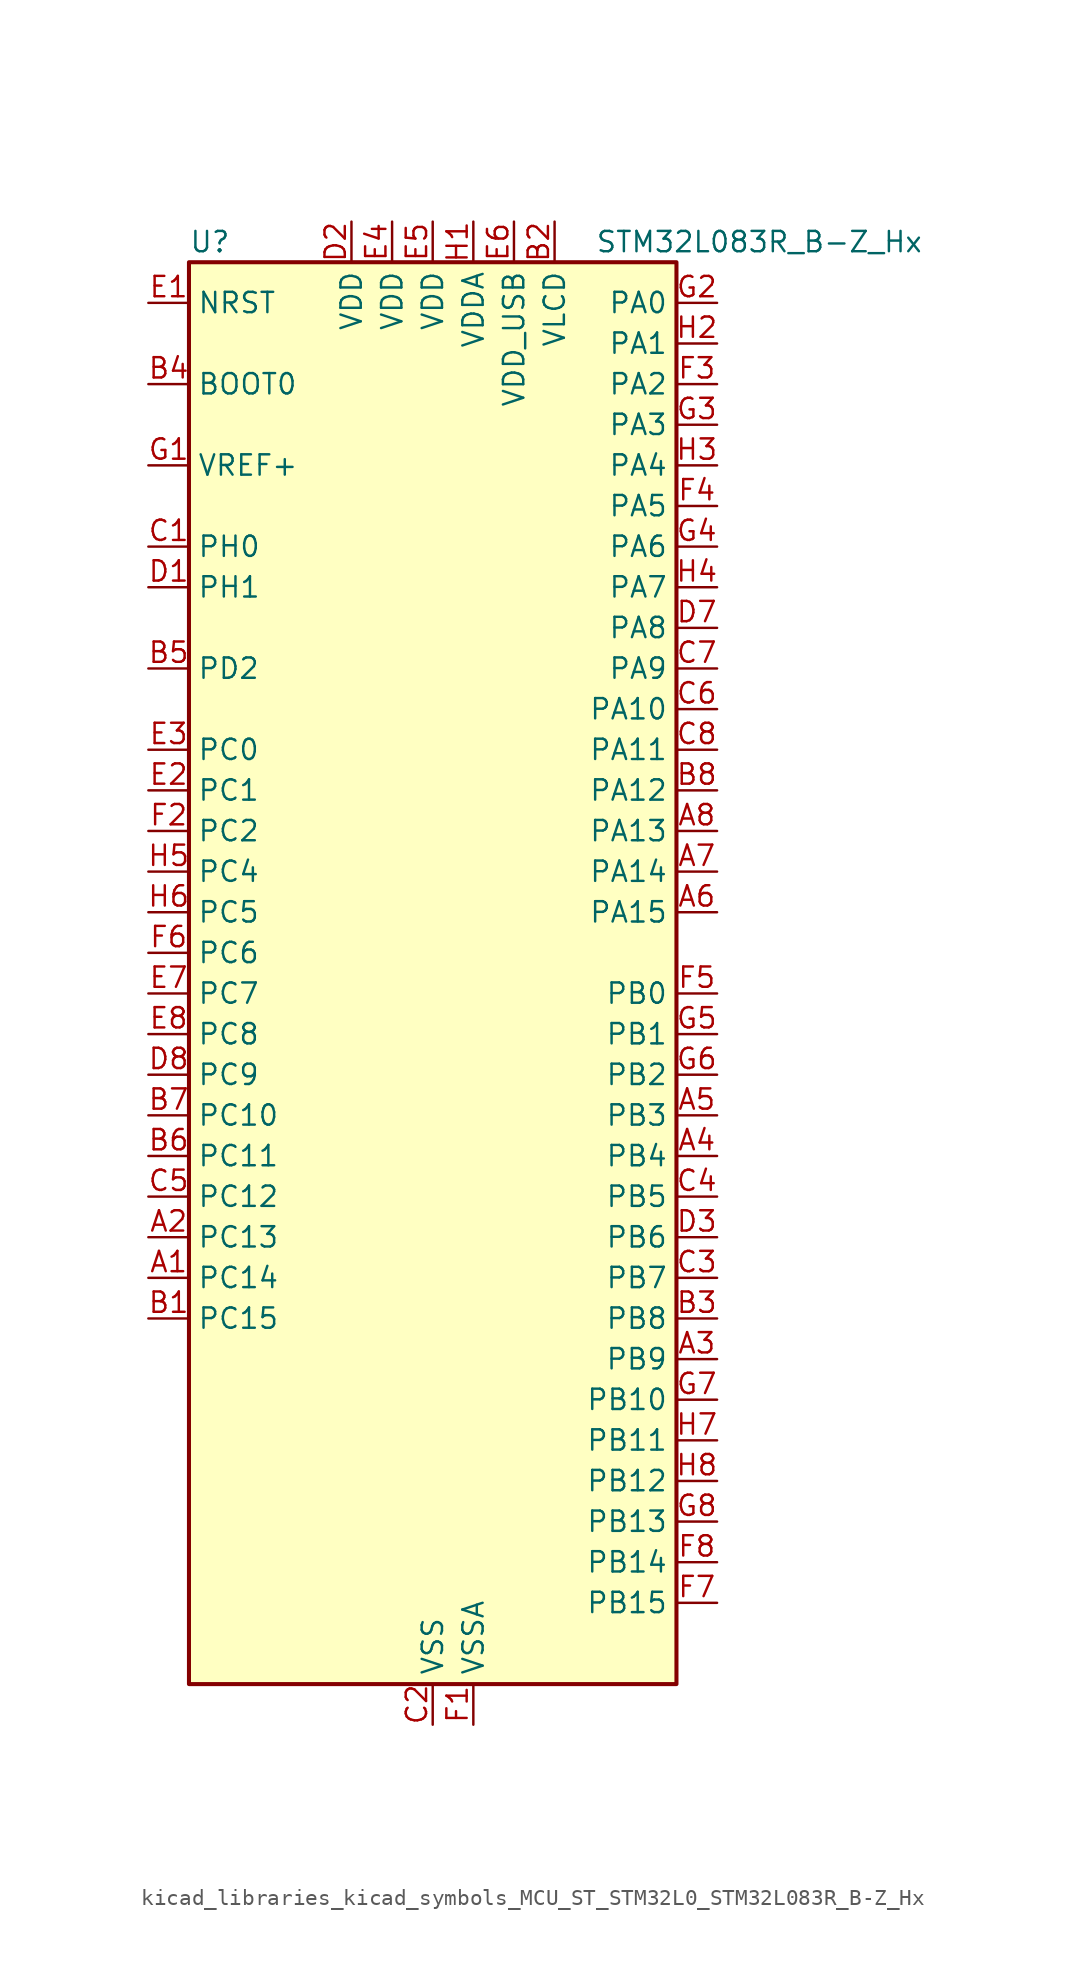
<source format=kicad_sym>
(kicad_symbol_lib
  (version 20220914)
  (generator kicad_symbol_editor)
  (symbol "kicad_libraries_kicad_symbols_MCU_ST_STM32L0_STM32L083R_B-Z_Hx"
    (property "Reference" "U"
      (at -15.24 46.99 0)
      (effects (font (size 1.27 1.27)) (justify left)))
    (property "Value" "STM32L083R_B-Z_Hx"
      (at 10.16 46.99 0)
      (effects (font (size 1.27 1.27)) (justify left)))
    (property "ki_locked" ""
      (at 0 0 0)
      (effects (font (size 1.27 1.27))))
    (symbol "kicad_libraries_kicad_symbols_MCU_ST_STM32L0_STM32L083R_B-Z_Hx_0_1"
      (rectangle (start -15.24 -43.18) (end 15.24 45.72) (stroke (width 0.254) (type default)) (fill (type background))))
    (symbol "kicad_libraries_kicad_symbols_MCU_ST_STM32L0_STM32L083R_B-Z_Hx_1_1"
      (pin bidirectional line (at -17.78 -17.78 0) (length 2.54) (name "PC14" (effects (font (size 1.27 1.27)))) (number "A1" (effects (font (size 1.27 1.27)))) (alternate "RCC_OSC32_IN" bidirectional line))
      (pin bidirectional line (at -17.78 -15.24 0) (length 2.54) (name "PC13" (effects (font (size 1.27 1.27)))) (number "A2" (effects (font (size 1.27 1.27)))) (alternate "RTC_OUT_ALARM" bidirectional line) (alternate "RTC_OUT_CALIB" bidirectional line) (alternate "RTC_TAMP1" bidirectional line) (alternate "RTC_TS" bidirectional line) (alternate "SYS_WKUP2" bidirectional line))
      (pin bidirectional line (at 17.78 -22.86 180) (length 2.54) (name "PB9" (effects (font (size 1.27 1.27)))) (number "A3" (effects (font (size 1.27 1.27)))) (alternate "DAC_EXTI9" bidirectional line) (alternate "I2C1_SDA" bidirectional line) (alternate "I2S2_WS" bidirectional line) (alternate "LCD_COM3" bidirectional line) (alternate "SPI2_NSS" bidirectional line))
      (pin bidirectional line (at 17.78 -10.16 180) (length 2.54) (name "PB4" (effects (font (size 1.27 1.27)))) (number "A4" (effects (font (size 1.27 1.27)))) (alternate "COMP2_INP" bidirectional line) (alternate "I2C3_SDA" bidirectional line) (alternate "LCD_SEG8" bidirectional line) (alternate "SPI1_MISO" bidirectional line) (alternate "TIM22_CH1" bidirectional line) (alternate "TIM3_CH1" bidirectional line) (alternate "TSC_G5_IO2" bidirectional line) (alternate "USART1_CTS" bidirectional line) (alternate "USART5_RX" bidirectional line))
      (pin bidirectional line (at 17.78 -7.62 180) (length 2.54) (name "PB3" (effects (font (size 1.27 1.27)))) (number "A5" (effects (font (size 1.27 1.27)))) (alternate "COMP2_INM" bidirectional line) (alternate "LCD_SEG7" bidirectional line) (alternate "SPI1_SCK" bidirectional line) (alternate "TIM2_CH2" bidirectional line) (alternate "TSC_G5_IO1" bidirectional line) (alternate "USART1_DE" bidirectional line) (alternate "USART1_RTS" bidirectional line) (alternate "USART5_TX" bidirectional line))
      (pin bidirectional line (at 17.78 5.08 180) (length 2.54) (name "PA15" (effects (font (size 1.27 1.27)))) (number "A6" (effects (font (size 1.27 1.27)))) (alternate "LCD_SEG17" bidirectional line) (alternate "SPI1_NSS" bidirectional line) (alternate "TIM2_CH1" bidirectional line) (alternate "TIM2_ETR" bidirectional line) (alternate "USART2_RX" bidirectional line) (alternate "USART4_DE" bidirectional line) (alternate "USART4_RTS" bidirectional line))
      (pin bidirectional line (at 17.78 7.62 180) (length 2.54) (name "PA14" (effects (font (size 1.27 1.27)))) (number "A7" (effects (font (size 1.27 1.27)))) (alternate "LPUART1_TX" bidirectional line) (alternate "SYS_SWCLK" bidirectional line) (alternate "USART2_TX" bidirectional line))
      (pin bidirectional line (at 17.78 10.16 180) (length 2.54) (name "PA13" (effects (font (size 1.27 1.27)))) (number "A8" (effects (font (size 1.27 1.27)))) (alternate "LPUART1_RX" bidirectional line) (alternate "SYS_SWDIO" bidirectional line) (alternate "USB_NOE" bidirectional line))
      (pin bidirectional line (at -17.78 -20.32 0) (length 2.54) (name "PC15" (effects (font (size 1.27 1.27)))) (number "B1" (effects (font (size 1.27 1.27)))) (alternate "RCC_OSC32_OUT" bidirectional line))
      (pin power_in line (at 7.62 48.26 270) (length 2.54) (name "VLCD" (effects (font (size 1.27 1.27)))) (number "B2" (effects (font (size 1.27 1.27)))))
      (pin bidirectional line (at 17.78 -20.32 180) (length 2.54) (name "PB8" (effects (font (size 1.27 1.27)))) (number "B3" (effects (font (size 1.27 1.27)))) (alternate "I2C1_SCL" bidirectional line) (alternate "LCD_SEG16" bidirectional line) (alternate "TSC_SYNC" bidirectional line))
      (pin input line (at -17.78 38.1 0) (length 2.54) (name "BOOT0" (effects (font (size 1.27 1.27)))) (number "B4" (effects (font (size 1.27 1.27)))))
      (pin bidirectional line (at -17.78 20.32 0) (length 2.54) (name "PD2" (effects (font (size 1.27 1.27)))) (number "B5" (effects (font (size 1.27 1.27)))) (alternate "LCD_COM7" bidirectional line) (alternate "LCD_SEG31" bidirectional line) (alternate "LPUART1_DE" bidirectional line) (alternate "LPUART1_RTS" bidirectional line) (alternate "TIM3_ETR" bidirectional line) (alternate "USART5_RX" bidirectional line))
      (pin bidirectional line (at -17.78 -10.16 0) (length 2.54) (name "PC11" (effects (font (size 1.27 1.27)))) (number "B6" (effects (font (size 1.27 1.27)))) (alternate "ADC_EXTI11" bidirectional line) (alternate "LCD_COM5" bidirectional line) (alternate "LCD_SEG29" bidirectional line) (alternate "LPUART1_RX" bidirectional line) (alternate "USART4_RX" bidirectional line))
      (pin bidirectional line (at -17.78 -7.62 0) (length 2.54) (name "PC10" (effects (font (size 1.27 1.27)))) (number "B7" (effects (font (size 1.27 1.27)))) (alternate "LCD_COM4" bidirectional line) (alternate "LCD_SEG28" bidirectional line) (alternate "LPUART1_TX" bidirectional line) (alternate "USART4_TX" bidirectional line))
      (pin bidirectional line (at 17.78 12.7 180) (length 2.54) (name "PA12" (effects (font (size 1.27 1.27)))) (number "B8" (effects (font (size 1.27 1.27)))) (alternate "COMP2_OUT" bidirectional line) (alternate "SPI1_MOSI" bidirectional line) (alternate "TSC_G4_IO4" bidirectional line) (alternate "USART1_DE" bidirectional line) (alternate "USART1_RTS" bidirectional line) (alternate "USB_DP" bidirectional line))
      (pin bidirectional line (at -17.78 27.94 0) (length 2.54) (name "PH0" (effects (font (size 1.27 1.27)))) (number "C1" (effects (font (size 1.27 1.27)))) (alternate "CRS_SYNC" bidirectional line) (alternate "RCC_OSC_IN" bidirectional line))
      (pin power_in line (at 0 -45.72 90) (length 2.54) (name "VSS" (effects (font (size 1.27 1.27)))) (number "C2" (effects (font (size 1.27 1.27)))))
      (pin bidirectional line (at 17.78 -17.78 180) (length 2.54) (name "PB7" (effects (font (size 1.27 1.27)))) (number "C3" (effects (font (size 1.27 1.27)))) (alternate "COMP2_INP" bidirectional line) (alternate "I2C1_SDA" bidirectional line) (alternate "LPTIM1_IN2" bidirectional line) (alternate "SYS_PVD_IN" bidirectional line) (alternate "TSC_G5_IO4" bidirectional line) (alternate "USART1_RX" bidirectional line) (alternate "USART4_CTS" bidirectional line))
      (pin bidirectional line (at 17.78 -12.7 180) (length 2.54) (name "PB5" (effects (font (size 1.27 1.27)))) (number "C4" (effects (font (size 1.27 1.27)))) (alternate "COMP2_INP" bidirectional line) (alternate "I2C1_SMBA" bidirectional line) (alternate "LCD_SEG9" bidirectional line) (alternate "LPTIM1_IN1" bidirectional line) (alternate "SPI1_MOSI" bidirectional line) (alternate "TIM22_CH2" bidirectional line) (alternate "TIM3_CH2" bidirectional line) (alternate "USART1_CK" bidirectional line) (alternate "USART5_CK" bidirectional line) (alternate "USART5_DE" bidirectional line) (alternate "USART5_RTS" bidirectional line))
      (pin bidirectional line (at -17.78 -12.7 0) (length 2.54) (name "PC12" (effects (font (size 1.27 1.27)))) (number "C5" (effects (font (size 1.27 1.27)))) (alternate "LCD_COM6" bidirectional line) (alternate "LCD_SEG30" bidirectional line) (alternate "USART4_CK" bidirectional line) (alternate "USART5_TX" bidirectional line))
      (pin bidirectional line (at 17.78 17.78 180) (length 2.54) (name "PA10" (effects (font (size 1.27 1.27)))) (number "C6" (effects (font (size 1.27 1.27)))) (alternate "I2C1_SDA" bidirectional line) (alternate "LCD_COM2" bidirectional line) (alternate "TSC_G4_IO2" bidirectional line) (alternate "USART1_RX" bidirectional line))
      (pin bidirectional line (at 17.78 20.32 180) (length 2.54) (name "PA9" (effects (font (size 1.27 1.27)))) (number "C7" (effects (font (size 1.27 1.27)))) (alternate "DAC_EXTI9" bidirectional line) (alternate "I2C1_SCL" bidirectional line) (alternate "I2C3_SMBA" bidirectional line) (alternate "LCD_COM1" bidirectional line) (alternate "RCC_MCO" bidirectional line) (alternate "TSC_G4_IO1" bidirectional line) (alternate "USART1_TX" bidirectional line))
      (pin bidirectional line (at 17.78 15.24 180) (length 2.54) (name "PA11" (effects (font (size 1.27 1.27)))) (number "C8" (effects (font (size 1.27 1.27)))) (alternate "ADC_EXTI11" bidirectional line) (alternate "COMP1_OUT" bidirectional line) (alternate "SPI1_MISO" bidirectional line) (alternate "TSC_G4_IO3" bidirectional line) (alternate "USART1_CTS" bidirectional line) (alternate "USB_DM" bidirectional line))
      (pin bidirectional line (at -17.78 25.4 0) (length 2.54) (name "PH1" (effects (font (size 1.27 1.27)))) (number "D1" (effects (font (size 1.27 1.27)))) (alternate "RCC_OSC_OUT" bidirectional line))
      (pin power_in line (at -5.08 48.26 270) (length 2.54) (name "VDD" (effects (font (size 1.27 1.27)))) (number "D2" (effects (font (size 1.27 1.27)))))
      (pin bidirectional line (at 17.78 -15.24 180) (length 2.54) (name "PB6" (effects (font (size 1.27 1.27)))) (number "D3" (effects (font (size 1.27 1.27)))) (alternate "COMP2_INP" bidirectional line) (alternate "I2C1_SCL" bidirectional line) (alternate "LPTIM1_ETR" bidirectional line) (alternate "TSC_G5_IO3" bidirectional line) (alternate "USART1_TX" bidirectional line))
      (pin passive line (at 0 -45.72 90) (length 2.54) hide (name "VSS" (effects (font (size 1.27 1.27)))) (number "D4" (effects (font (size 1.27 1.27)))))
      (pin passive line (at 0 -45.72 90) (length 2.54) hide (name "VSS" (effects (font (size 1.27 1.27)))) (number "D5" (effects (font (size 1.27 1.27)))))
      (pin passive line (at 0 -45.72 90) (length 2.54) hide (name "VSS" (effects (font (size 1.27 1.27)))) (number "D6" (effects (font (size 1.27 1.27)))))
      (pin bidirectional line (at 17.78 22.86 180) (length 2.54) (name "PA8" (effects (font (size 1.27 1.27)))) (number "D7" (effects (font (size 1.27 1.27)))) (alternate "CRS_SYNC" bidirectional line) (alternate "I2C3_SCL" bidirectional line) (alternate "LCD_COM0" bidirectional line) (alternate "RCC_MCO" bidirectional line) (alternate "USART1_CK" bidirectional line))
      (pin bidirectional line (at -17.78 -5.08 0) (length 2.54) (name "PC9" (effects (font (size 1.27 1.27)))) (number "D8" (effects (font (size 1.27 1.27)))) (alternate "DAC_EXTI9" bidirectional line) (alternate "I2C3_SDA" bidirectional line) (alternate "LCD_SEG27" bidirectional line) (alternate "TIM21_ETR" bidirectional line) (alternate "TIM3_CH4" bidirectional line) (alternate "TSC_G8_IO4" bidirectional line) (alternate "USB_NOE" bidirectional line))
      (pin input line (at -17.78 43.18 0) (length 2.54) (name "NRST" (effects (font (size 1.27 1.27)))) (number "E1" (effects (font (size 1.27 1.27)))))
      (pin bidirectional line (at -17.78 12.7 0) (length 2.54) (name "PC1" (effects (font (size 1.27 1.27)))) (number "E2" (effects (font (size 1.27 1.27)))) (alternate "ADC_IN11" bidirectional line) (alternate "I2C3_SDA" bidirectional line) (alternate "LCD_SEG19" bidirectional line) (alternate "LPTIM1_OUT" bidirectional line) (alternate "LPUART1_TX" bidirectional line) (alternate "TSC_G7_IO2" bidirectional line))
      (pin bidirectional line (at -17.78 15.24 0) (length 2.54) (name "PC0" (effects (font (size 1.27 1.27)))) (number "E3" (effects (font (size 1.27 1.27)))) (alternate "ADC_IN10" bidirectional line) (alternate "I2C3_SCL" bidirectional line) (alternate "LCD_SEG18" bidirectional line) (alternate "LPTIM1_IN1" bidirectional line) (alternate "LPUART1_RX" bidirectional line) (alternate "TSC_G7_IO1" bidirectional line))
      (pin power_in line (at -2.54 48.26 270) (length 2.54) (name "VDD" (effects (font (size 1.27 1.27)))) (number "E4" (effects (font (size 1.27 1.27)))))
      (pin power_in line (at 0 48.26 270) (length 2.54) (name "VDD" (effects (font (size 1.27 1.27)))) (number "E5" (effects (font (size 1.27 1.27)))))
      (pin power_in line (at 5.08 48.26 270) (length 2.54) (name "VDD_USB" (effects (font (size 1.27 1.27)))) (number "E6" (effects (font (size 1.27 1.27)))))
      (pin bidirectional line (at -17.78 0 0) (length 2.54) (name "PC7" (effects (font (size 1.27 1.27)))) (number "E7" (effects (font (size 1.27 1.27)))) (alternate "LCD_SEG25" bidirectional line) (alternate "TIM22_CH2" bidirectional line) (alternate "TIM3_CH2" bidirectional line) (alternate "TSC_G8_IO2" bidirectional line))
      (pin bidirectional line (at -17.78 -2.54 0) (length 2.54) (name "PC8" (effects (font (size 1.27 1.27)))) (number "E8" (effects (font (size 1.27 1.27)))) (alternate "LCD_SEG26" bidirectional line) (alternate "TIM22_ETR" bidirectional line) (alternate "TIM3_CH3" bidirectional line) (alternate "TSC_G8_IO3" bidirectional line))
      (pin power_in line (at 2.54 -45.72 90) (length 2.54) (name "VSSA" (effects (font (size 1.27 1.27)))) (number "F1" (effects (font (size 1.27 1.27)))))
      (pin bidirectional line (at -17.78 10.16 0) (length 2.54) (name "PC2" (effects (font (size 1.27 1.27)))) (number "F2" (effects (font (size 1.27 1.27)))) (alternate "ADC_IN12" bidirectional line) (alternate "I2S2_MCK" bidirectional line) (alternate "LCD_SEG20" bidirectional line) (alternate "LPTIM1_IN2" bidirectional line) (alternate "SPI2_MISO" bidirectional line) (alternate "TSC_G7_IO3" bidirectional line))
      (pin bidirectional line (at 17.78 38.1 180) (length 2.54) (name "PA2" (effects (font (size 1.27 1.27)))) (number "F3" (effects (font (size 1.27 1.27)))) (alternate "ADC_IN2" bidirectional line) (alternate "COMP2_INM" bidirectional line) (alternate "COMP2_OUT" bidirectional line) (alternate "LCD_SEG1" bidirectional line) (alternate "LPUART1_TX" bidirectional line) (alternate "TIM21_CH1" bidirectional line) (alternate "TIM2_CH3" bidirectional line) (alternate "TSC_G1_IO3" bidirectional line) (alternate "USART2_TX" bidirectional line))
      (pin bidirectional line (at 17.78 30.48 180) (length 2.54) (name "PA5" (effects (font (size 1.27 1.27)))) (number "F4" (effects (font (size 1.27 1.27)))) (alternate "ADC_IN5" bidirectional line) (alternate "COMP1_INM" bidirectional line) (alternate "COMP2_INM" bidirectional line) (alternate "DAC_OUT2" bidirectional line) (alternate "SPI1_SCK" bidirectional line) (alternate "TIM2_CH1" bidirectional line) (alternate "TIM2_ETR" bidirectional line) (alternate "TSC_G2_IO2" bidirectional line))
      (pin bidirectional line (at 17.78 0 180) (length 2.54) (name "PB0" (effects (font (size 1.27 1.27)))) (number "F5" (effects (font (size 1.27 1.27)))) (alternate "ADC_IN8" bidirectional line) (alternate "LCD_SEG5" bidirectional line) (alternate "LCD_VLCD3" bidirectional line) (alternate "SYS_VREF_OUT_PB0" bidirectional line) (alternate "TIM3_CH3" bidirectional line) (alternate "TSC_G3_IO2" bidirectional line))
      (pin bidirectional line (at -17.78 2.54 0) (length 2.54) (name "PC6" (effects (font (size 1.27 1.27)))) (number "F6" (effects (font (size 1.27 1.27)))) (alternate "LCD_SEG24" bidirectional line) (alternate "TIM22_CH1" bidirectional line) (alternate "TIM3_CH1" bidirectional line) (alternate "TSC_G8_IO1" bidirectional line))
      (pin bidirectional line (at 17.78 -38.1 180) (length 2.54) (name "PB15" (effects (font (size 1.27 1.27)))) (number "F7" (effects (font (size 1.27 1.27)))) (alternate "I2S2_SD" bidirectional line) (alternate "LCD_SEG15" bidirectional line) (alternate "RTC_REFIN" bidirectional line) (alternate "SPI2_MOSI" bidirectional line))
      (pin bidirectional line (at 17.78 -35.56 180) (length 2.54) (name "PB14" (effects (font (size 1.27 1.27)))) (number "F8" (effects (font (size 1.27 1.27)))) (alternate "I2C2_SDA" bidirectional line) (alternate "I2S2_MCK" bidirectional line) (alternate "LCD_SEG14" bidirectional line) (alternate "LPUART1_DE" bidirectional line) (alternate "LPUART1_RTS" bidirectional line) (alternate "RTC_OUT_ALARM" bidirectional line) (alternate "RTC_OUT_CALIB" bidirectional line) (alternate "SPI2_MISO" bidirectional line) (alternate "TIM21_CH2" bidirectional line) (alternate "TSC_G6_IO4" bidirectional line))
      (pin input line (at -17.78 33.02 0) (length 2.54) (name "VREF+" (effects (font (size 1.27 1.27)))) (number "G1" (effects (font (size 1.27 1.27)))))
      (pin bidirectional line (at 17.78 43.18 180) (length 2.54) (name "PA0" (effects (font (size 1.27 1.27)))) (number "G2" (effects (font (size 1.27 1.27)))) (alternate "ADC_IN0" bidirectional line) (alternate "COMP1_INM" bidirectional line) (alternate "COMP1_OUT" bidirectional line) (alternate "RTC_TAMP2" bidirectional line) (alternate "SYS_WKUP1" bidirectional line) (alternate "TIM2_CH1" bidirectional line) (alternate "TIM2_ETR" bidirectional line) (alternate "TSC_G1_IO1" bidirectional line) (alternate "USART2_CTS" bidirectional line) (alternate "USART4_TX" bidirectional line))
      (pin bidirectional line (at 17.78 35.56 180) (length 2.54) (name "PA3" (effects (font (size 1.27 1.27)))) (number "G3" (effects (font (size 1.27 1.27)))) (alternate "ADC_IN3" bidirectional line) (alternate "COMP2_INP" bidirectional line) (alternate "LCD_SEG2" bidirectional line) (alternate "LPUART1_RX" bidirectional line) (alternate "TIM21_CH2" bidirectional line) (alternate "TIM2_CH4" bidirectional line) (alternate "TSC_G1_IO4" bidirectional line) (alternate "USART2_RX" bidirectional line))
      (pin bidirectional line (at 17.78 27.94 180) (length 2.54) (name "PA6" (effects (font (size 1.27 1.27)))) (number "G4" (effects (font (size 1.27 1.27)))) (alternate "ADC_IN6" bidirectional line) (alternate "COMP1_OUT" bidirectional line) (alternate "LCD_SEG3" bidirectional line) (alternate "LPUART1_CTS" bidirectional line) (alternate "SPI1_MISO" bidirectional line) (alternate "TIM22_CH1" bidirectional line) (alternate "TIM3_CH1" bidirectional line) (alternate "TSC_G2_IO3" bidirectional line))
      (pin bidirectional line (at 17.78 -2.54 180) (length 2.54) (name "PB1" (effects (font (size 1.27 1.27)))) (number "G5" (effects (font (size 1.27 1.27)))) (alternate "ADC_IN9" bidirectional line) (alternate "LCD_SEG6" bidirectional line) (alternate "LPUART1_DE" bidirectional line) (alternate "LPUART1_RTS" bidirectional line) (alternate "SYS_VREF_OUT_PB1" bidirectional line) (alternate "TIM3_CH4" bidirectional line) (alternate "TSC_G3_IO3" bidirectional line))
      (pin bidirectional line (at 17.78 -5.08 180) (length 2.54) (name "PB2" (effects (font (size 1.27 1.27)))) (number "G6" (effects (font (size 1.27 1.27)))) (alternate "I2C3_SMBA" bidirectional line) (alternate "LCD_VLCD2" bidirectional line) (alternate "LPTIM1_OUT" bidirectional line) (alternate "TSC_G3_IO4" bidirectional line))
      (pin bidirectional line (at 17.78 -25.4 180) (length 2.54) (name "PB10" (effects (font (size 1.27 1.27)))) (number "G7" (effects (font (size 1.27 1.27)))) (alternate "I2C2_SCL" bidirectional line) (alternate "LCD_SEG10" bidirectional line) (alternate "LPUART1_RX" bidirectional line) (alternate "LPUART1_TX" bidirectional line) (alternate "SPI2_SCK" bidirectional line) (alternate "TIM2_CH3" bidirectional line) (alternate "TSC_SYNC" bidirectional line))
      (pin bidirectional line (at 17.78 -33.02 180) (length 2.54) (name "PB13" (effects (font (size 1.27 1.27)))) (number "G8" (effects (font (size 1.27 1.27)))) (alternate "I2C2_SCL" bidirectional line) (alternate "I2S2_CK" bidirectional line) (alternate "LCD_SEG13" bidirectional line) (alternate "LPUART1_CTS" bidirectional line) (alternate "RCC_MCO" bidirectional line) (alternate "SPI2_SCK" bidirectional line) (alternate "TIM21_CH1" bidirectional line) (alternate "TSC_G6_IO3" bidirectional line))
      (pin power_in line (at 2.54 48.26 270) (length 2.54) (name "VDDA" (effects (font (size 1.27 1.27)))) (number "H1" (effects (font (size 1.27 1.27)))))
      (pin bidirectional line (at 17.78 40.64 180) (length 2.54) (name "PA1" (effects (font (size 1.27 1.27)))) (number "H2" (effects (font (size 1.27 1.27)))) (alternate "ADC_IN1" bidirectional line) (alternate "COMP1_INP" bidirectional line) (alternate "LCD_SEG0" bidirectional line) (alternate "TIM21_ETR" bidirectional line) (alternate "TIM2_CH2" bidirectional line) (alternate "TSC_G1_IO2" bidirectional line) (alternate "USART2_DE" bidirectional line) (alternate "USART2_RTS" bidirectional line) (alternate "USART4_RX" bidirectional line))
      (pin bidirectional line (at 17.78 33.02 180) (length 2.54) (name "PA4" (effects (font (size 1.27 1.27)))) (number "H3" (effects (font (size 1.27 1.27)))) (alternate "ADC_IN4" bidirectional line) (alternate "COMP1_INM" bidirectional line) (alternate "COMP2_INM" bidirectional line) (alternate "DAC_OUT1" bidirectional line) (alternate "SPI1_NSS" bidirectional line) (alternate "TIM22_ETR" bidirectional line) (alternate "TSC_G2_IO1" bidirectional line) (alternate "USART2_CK" bidirectional line))
      (pin bidirectional line (at 17.78 25.4 180) (length 2.54) (name "PA7" (effects (font (size 1.27 1.27)))) (number "H4" (effects (font (size 1.27 1.27)))) (alternate "ADC_IN7" bidirectional line) (alternate "COMP2_OUT" bidirectional line) (alternate "LCD_SEG4" bidirectional line) (alternate "SPI1_MOSI" bidirectional line) (alternate "TIM22_CH2" bidirectional line) (alternate "TIM3_CH2" bidirectional line) (alternate "TSC_G2_IO4" bidirectional line))
      (pin bidirectional line (at -17.78 7.62 0) (length 2.54) (name "PC4" (effects (font (size 1.27 1.27)))) (number "H5" (effects (font (size 1.27 1.27)))) (alternate "ADC_IN14" bidirectional line) (alternate "LCD_SEG22" bidirectional line) (alternate "LPUART1_TX" bidirectional line))
      (pin bidirectional line (at -17.78 5.08 0) (length 2.54) (name "PC5" (effects (font (size 1.27 1.27)))) (number "H6" (effects (font (size 1.27 1.27)))) (alternate "ADC_IN15" bidirectional line) (alternate "LCD_SEG23" bidirectional line) (alternate "LPUART1_RX" bidirectional line) (alternate "TSC_G3_IO1" bidirectional line))
      (pin bidirectional line (at 17.78 -27.94 180) (length 2.54) (name "PB11" (effects (font (size 1.27 1.27)))) (number "H7" (effects (font (size 1.27 1.27)))) (alternate "ADC_EXTI11" bidirectional line) (alternate "I2C2_SDA" bidirectional line) (alternate "LCD_SEG11" bidirectional line) (alternate "LPUART1_RX" bidirectional line) (alternate "LPUART1_TX" bidirectional line) (alternate "TIM2_CH4" bidirectional line) (alternate "TSC_G6_IO1" bidirectional line))
      (pin bidirectional line (at 17.78 -30.48 180) (length 2.54) (name "PB12" (effects (font (size 1.27 1.27)))) (number "H8" (effects (font (size 1.27 1.27)))) (alternate "I2S2_WS" bidirectional line) (alternate "LCD_SEG12" bidirectional line) (alternate "LCD_VLCD2" bidirectional line) (alternate "LPUART1_DE" bidirectional line) (alternate "LPUART1_RTS" bidirectional line) (alternate "SPI2_NSS" bidirectional line) (alternate "TSC_G6_IO2" bidirectional line)))))
</source>
